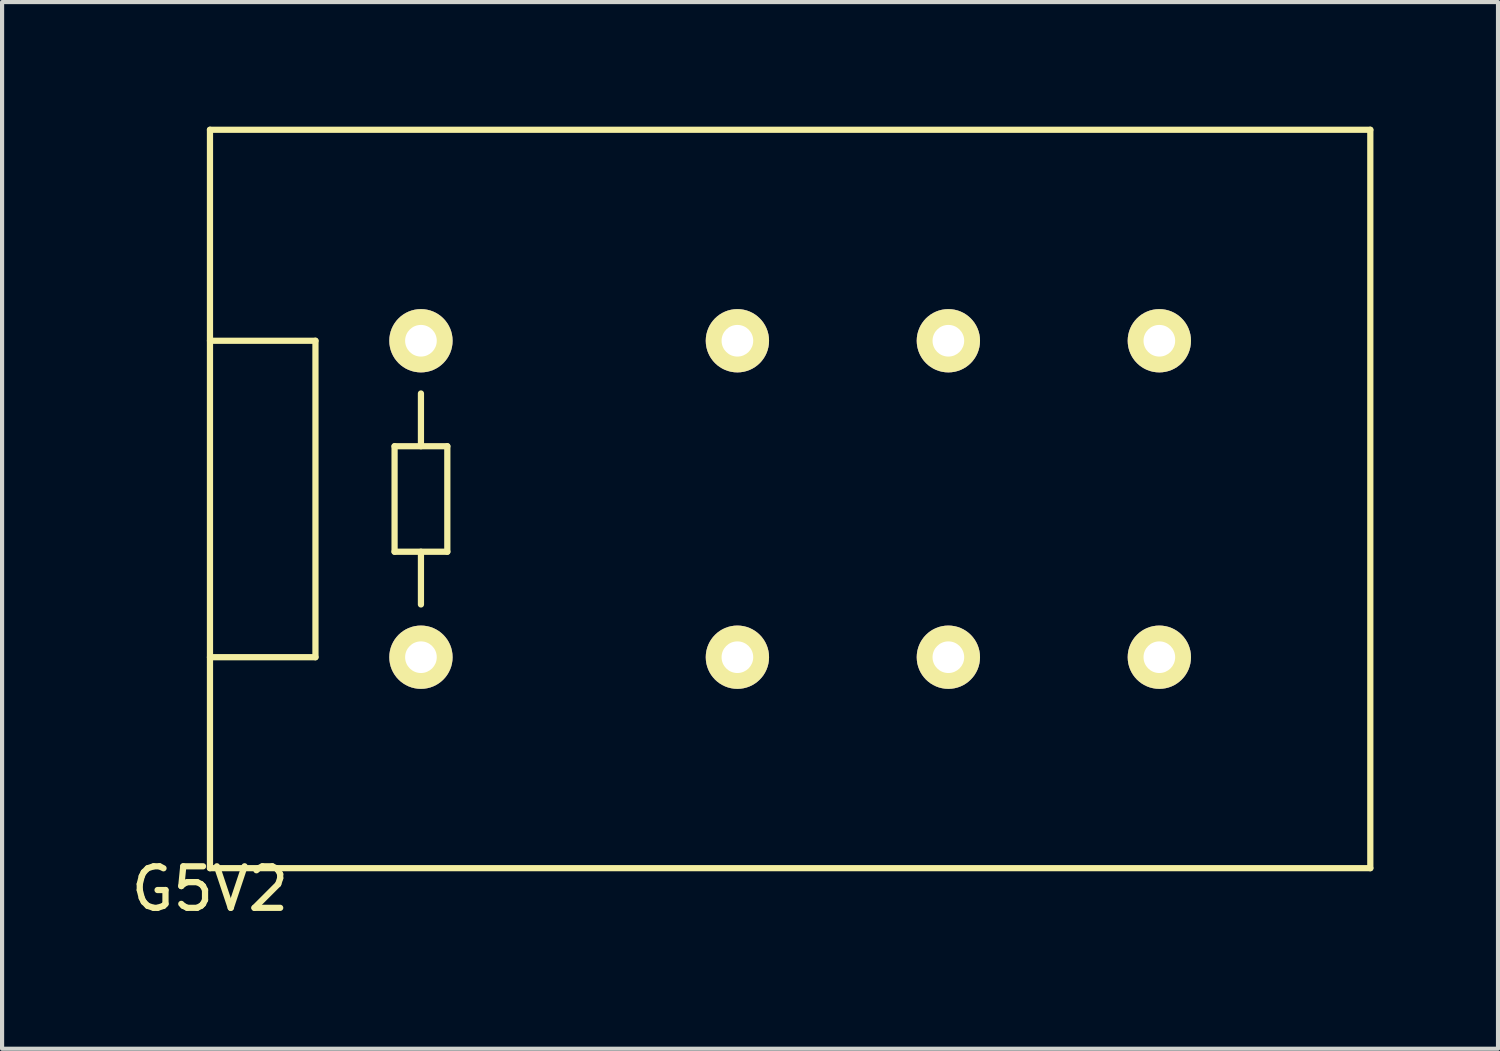
<source format=kicad_pcb>
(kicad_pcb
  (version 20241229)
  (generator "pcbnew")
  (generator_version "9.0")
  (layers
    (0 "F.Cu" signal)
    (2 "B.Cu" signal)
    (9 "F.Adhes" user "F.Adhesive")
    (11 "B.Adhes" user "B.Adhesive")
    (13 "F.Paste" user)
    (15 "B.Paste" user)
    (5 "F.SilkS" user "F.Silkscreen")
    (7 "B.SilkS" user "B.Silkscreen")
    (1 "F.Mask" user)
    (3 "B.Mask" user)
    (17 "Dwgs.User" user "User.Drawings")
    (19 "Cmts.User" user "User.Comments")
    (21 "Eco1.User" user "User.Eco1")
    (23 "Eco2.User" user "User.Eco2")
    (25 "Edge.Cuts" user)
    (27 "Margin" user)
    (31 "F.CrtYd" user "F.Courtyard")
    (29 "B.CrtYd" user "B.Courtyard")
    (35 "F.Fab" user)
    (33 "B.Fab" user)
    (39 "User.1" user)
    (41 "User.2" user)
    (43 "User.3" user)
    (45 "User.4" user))
  (footprint "G5V2"
    (layer "F.Cu")
    (at 2.006 17.855)
    (property "Reference" "G5V2" (at 0 0.5 0) (layer "F.SilkS") (effects (font (size 1 1) (thickness 0.15))))
    (attr through_hole)
    (fp_line (start 0 -17.78) (end 27.94 -17.78) (stroke (width 0.15) (type solid)) (layer "F.SilkS"))
    (fp_line (start 0 -12.7) (end 2.54 -12.7) (stroke (width 0.15) (type solid)) (layer "F.SilkS"))
    (fp_line (start 0 0) (end 0 -17.78) (stroke (width 0.15) (type solid)) (layer "F.SilkS"))
    (fp_line (start 2.54 -12.7) (end 2.54 -5.08) (stroke (width 0.15) (type solid)) (layer "F.SilkS"))
    (fp_line (start 2.54 -5.08) (end 0 -5.08) (stroke (width 0.15) (type solid)) (layer "F.SilkS"))
    (fp_line (start 4.445 -10.16) (end 5.715 -10.16) (stroke (width 0.15) (type solid)) (layer "F.SilkS"))
    (fp_line (start 4.445 -7.62) (end 4.445 -10.16) (stroke (width 0.15) (type solid)) (layer "F.SilkS"))
    (fp_line (start 5.08 -10.16) (end 5.08 -11.43) (stroke (width 0.15) (type solid)) (layer "F.SilkS"))
    (fp_line (start 5.08 -7.62) (end 5.08 -6.35) (stroke (width 0.15) (type solid)) (layer "F.SilkS"))
    (fp_line (start 5.715 -10.16) (end 5.715 -7.62) (stroke (width 0.15) (type solid)) (layer "F.SilkS"))
    (fp_line (start 5.715 -7.62) (end 4.445 -7.62) (stroke (width 0.15) (type solid)) (layer "F.SilkS"))
    (fp_line (start 27.94 -17.78) (end 27.94 0) (stroke (width 0.15) (type solid)) (layer "F.SilkS"))
    (fp_line (start 27.94 0) (end 0 0) (stroke (width 0.15) (type solid)) (layer "F.SilkS"))
    (pad "1" thru_hole circle (at 5.08 -5.08) (size 1.524 1.524) (drill 0.762) (layers "*.Cu" "*.Mask" "F.SilkS"))
    (pad "4" thru_hole circle (at 12.7 -5.08) (size 1.524 1.524) (drill 0.762) (layers "*.Cu" "*.Mask" "F.SilkS"))
    (pad "6" thru_hole circle (at 17.78 -5.08) (size 1.524 1.524) (drill 0.762) (layers "*.Cu" "*.Mask" "F.SilkS"))
    (pad "8" thru_hole circle (at 22.86 -5.08) (size 1.524 1.524) (drill 0.762) (layers "*.Cu" "*.Mask" "F.SilkS"))
    (pad "9" thru_hole circle (at 22.86 -12.7) (size 1.524 1.524) (drill 0.762) (layers "*.Cu" "*.Mask" "F.SilkS"))
    (pad "11" thru_hole circle (at 17.78 -12.7) (size 1.524 1.524) (drill 0.762) (layers "*.Cu" "*.Mask" "F.SilkS"))
    (pad "13" thru_hole circle (at 12.7 -12.7) (size 1.524 1.524) (drill 0.762) (layers "*.Cu" "*.Mask" "F.SilkS"))
    (pad "16" thru_hole circle (at 5.08 -12.7) (size 1.524 1.524) (drill 0.762) (layers "*.Cu" "*.Mask" "F.SilkS")))
  (gr_rect
    (start -3 -3)
    (end 33.021 22.203)
    (stroke (width 0.1) (type default))
    (fill no)
    (layer "Edge.Cuts")))
</source>
